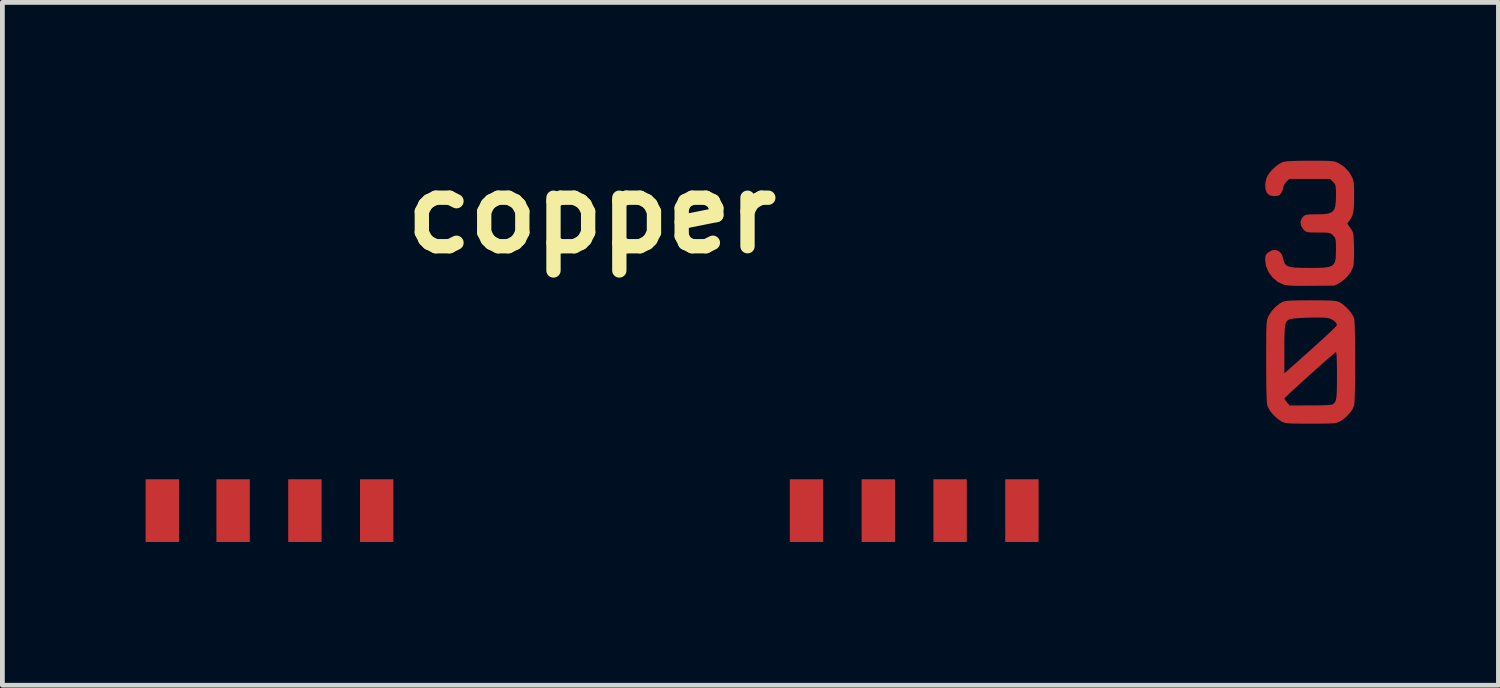
<source format=kicad_pcb>
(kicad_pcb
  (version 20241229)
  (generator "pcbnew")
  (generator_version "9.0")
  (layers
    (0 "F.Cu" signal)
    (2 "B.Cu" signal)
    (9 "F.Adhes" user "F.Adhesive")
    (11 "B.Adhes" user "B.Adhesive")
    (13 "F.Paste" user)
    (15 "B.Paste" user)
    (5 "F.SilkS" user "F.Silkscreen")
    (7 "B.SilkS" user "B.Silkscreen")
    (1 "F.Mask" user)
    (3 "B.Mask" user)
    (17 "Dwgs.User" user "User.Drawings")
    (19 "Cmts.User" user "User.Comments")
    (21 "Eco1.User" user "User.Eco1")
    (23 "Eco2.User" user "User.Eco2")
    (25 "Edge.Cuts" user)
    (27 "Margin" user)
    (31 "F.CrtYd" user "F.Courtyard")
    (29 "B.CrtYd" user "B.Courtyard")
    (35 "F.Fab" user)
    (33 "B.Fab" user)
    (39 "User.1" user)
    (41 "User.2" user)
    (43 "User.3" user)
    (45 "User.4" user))
  (footprint "copper"
    (layer "F.Cu")
    (at 9.342 1.418)
    (property "Reference" "copper" (at 0 0 0) (layer "F.SilkS") (effects (font (size 1.524 1.524) (thickness 0.3))))
    (attr board_only exclude_from_pos_files exclude_from_bom)
    (fp_poly (pts (xy -8.643 6.885) (xy -9.342 6.885) (xy -9.342 5.571) (xy -8.643 5.571)) (stroke (width 0) (type solid)) (fill yes) (layer "F.Cu"))
    (fp_poly (pts (xy -7.16 6.885) (xy -7.859 6.885) (xy -7.859 5.571) (xy -7.16 5.571)) (stroke (width 0) (type solid)) (fill yes) (layer "F.Cu"))
    (fp_poly (pts (xy -5.656 6.885) (xy -6.355 6.885) (xy -6.355 5.571) (xy -5.656 5.571)) (stroke (width 0) (type solid)) (fill yes) (layer "F.Cu"))
    (fp_poly (pts (xy -4.152 6.885) (xy -4.851 6.885) (xy -4.851 5.571) (xy -4.152 5.571)) (stroke (width 0) (type solid)) (fill yes) (layer "F.Cu"))
    (fp_poly (pts (xy 4.851 6.885) (xy 4.152 6.885) (xy 4.152 5.571) (xy 4.851 5.571)) (stroke (width 0) (type solid)) (fill yes) (layer "F.Cu"))
    (fp_poly (pts (xy 6.355 6.885) (xy 5.656 6.885) (xy 5.656 5.571) (xy 6.355 5.571)) (stroke (width 0) (type solid)) (fill yes) (layer "F.Cu"))
    (fp_poly (pts (xy 7.859 6.885) (xy 7.16 6.885) (xy 7.16 5.571) (xy 7.859 5.571)) (stroke (width 0) (type solid)) (fill yes) (layer "F.Cu"))
    (fp_poly (pts (xy 9.363 6.885) (xy 8.664 6.885) (xy 8.664 5.571) (xy 9.363 5.571)) (stroke (width 0) (type solid)) (fill yes) (layer "F.Cu"))
    (fp_poly (pts (xy 15.21 -1.101) (xy 15.331 -1.1) (xy 15.422 -1.098) (xy 15.489 -1.094) (xy 15.539 -1.088) (xy 15.579 -1.078) (xy 15.613 -1.066) (xy 15.645 -1.052) (xy 15.763 -0.975) (xy 15.865 -0.868) (xy 15.933 -0.753) (xy 15.949 -0.709) (xy 15.961 -0.657) (xy 15.968 -0.588) (xy 15.971 -0.493) (xy 15.972 -0.371) (xy 15.971 -0.223) (xy 15.965 -0.11) (xy 15.954 -0.023) (xy 15.935 0.045) (xy 15.909 0.102) (xy 15.88 0.146) (xy 15.828 0.215) (xy 15.895 0.311) (xy 15.921 0.349) (xy 15.94 0.382) (xy 15.952 0.419) (xy 15.96 0.469) (xy 15.964 0.538) (xy 15.968 0.637) (xy 15.97 0.718) (xy 15.971 0.849) (xy 15.968 0.965) (xy 15.963 1.056) (xy 15.954 1.114) (xy 15.954 1.116) (xy 15.905 1.226) (xy 15.825 1.332) (xy 15.723 1.421) (xy 15.674 1.452) (xy 15.56 1.515) (xy 15.073 1.519) (xy 14.9 1.52) (xy 14.764 1.519) (xy 14.66 1.516) (xy 14.582 1.51) (xy 14.524 1.502) (xy 14.489 1.493) (xy 14.368 1.434) (xy 14.262 1.344) (xy 14.179 1.231) (xy 14.126 1.105) (xy 14.109 0.983) (xy 14.112 0.913) (xy 14.126 0.868) (xy 14.158 0.831) (xy 14.174 0.817) (xy 14.253 0.774) (xy 14.332 0.768) (xy 14.403 0.798) (xy 14.457 0.858) (xy 14.481 0.928) (xy 14.496 0.995) (xy 14.517 1.047) (xy 14.548 1.085) (xy 14.596 1.112) (xy 14.665 1.129) (xy 14.762 1.139) (xy 14.89 1.143) (xy 15.041 1.144) (xy 15.208 1.143) (xy 15.337 1.138) (xy 15.433 1.125) (xy 15.502 1.101) (xy 15.547 1.062) (xy 15.574 1.005) (xy 15.587 0.927) (xy 15.591 0.824) (xy 15.592 0.749) (xy 15.591 0.65) (xy 15.588 0.582) (xy 15.581 0.538) (xy 15.567 0.507) (xy 15.544 0.479) (xy 15.53 0.464) (xy 15.502 0.438) (xy 15.475 0.42) (xy 15.441 0.41) (xy 15.39 0.405) (xy 15.313 0.403) (xy 15.221 0.403) (xy 15.115 0.402) (xy 15.043 0.4) (xy 14.995 0.394) (xy 14.962 0.382) (xy 14.936 0.364) (xy 14.912 0.341) (xy 14.862 0.266) (xy 14.849 0.185) (xy 14.874 0.108) (xy 14.902 0.073) (xy 14.928 0.05) (xy 14.955 0.035) (xy 14.995 0.027) (xy 15.055 0.023) (xy 15.144 0.021) (xy 15.19 0.021) (xy 15.33 0.018) (xy 15.433 0.005) (xy 15.505 -0.024) (xy 15.552 -0.073) (xy 15.578 -0.148) (xy 15.589 -0.255) (xy 15.592 -0.373) (xy 15.591 -0.473) (xy 15.588 -0.54) (xy 15.581 -0.585) (xy 15.567 -0.616) (xy 15.544 -0.643) (xy 15.53 -0.658) (xy 15.468 -0.72) (xy 14.614 -0.72) (xy 14.552 -0.658) (xy 14.512 -0.608) (xy 14.491 -0.561) (xy 14.49 -0.551) (xy 14.478 -0.492) (xy 14.449 -0.43) (xy 14.412 -0.384) (xy 14.394 -0.373) (xy 14.351 -0.365) (xy 14.289 -0.36) (xy 14.278 -0.36) (xy 14.199 -0.378) (xy 14.144 -0.428) (xy 14.114 -0.506) (xy 14.11 -0.61) (xy 14.132 -0.729) (xy 14.167 -0.802) (xy 14.229 -0.884) (xy 14.308 -0.963) (xy 14.391 -1.029) (xy 14.469 -1.071) (xy 14.482 -1.076) (xy 14.541 -1.086) (xy 14.642 -1.094) (xy 14.782 -1.099) (xy 14.961 -1.101) (xy 15.054 -1.101)) (stroke (width 0) (type solid)) (fill yes) (layer "F.Cu"))
    (fp_poly (pts (xy 15.067 1.822) (xy 15.231 1.823) (xy 15.36 1.824) (xy 15.457 1.827) (xy 15.53 1.831) (xy 15.583 1.837) (xy 15.623 1.846) (xy 15.656 1.857) (xy 15.666 1.861) (xy 15.739 1.908) (xy 15.817 1.977) (xy 15.89 2.059) (xy 15.946 2.14) (xy 15.972 2.2) (xy 15.978 2.242) (xy 15.983 2.321) (xy 15.987 2.43) (xy 15.99 2.565) (xy 15.992 2.719) (xy 15.994 2.886) (xy 15.994 3.061) (xy 15.994 3.238) (xy 15.993 3.41) (xy 15.991 3.573) (xy 15.988 3.721) (xy 15.984 3.847) (xy 15.98 3.945) (xy 15.975 4.011) (xy 15.971 4.033) (xy 15.935 4.109) (xy 15.873 4.193) (xy 15.794 4.274) (xy 15.71 4.339) (xy 15.668 4.363) (xy 15.637 4.377) (xy 15.604 4.387) (xy 15.562 4.395) (xy 15.507 4.4) (xy 15.431 4.403) (xy 15.33 4.405) (xy 15.197 4.406) (xy 15.061 4.406) (xy 14.898 4.406) (xy 14.771 4.405) (xy 14.676 4.403) (xy 14.605 4.399) (xy 14.553 4.394) (xy 14.513 4.386) (xy 14.481 4.375) (xy 14.453 4.362) (xy 14.369 4.306) (xy 14.285 4.228) (xy 14.213 4.14) (xy 14.164 4.054) (xy 14.155 4.03) (xy 14.148 3.988) (xy 14.142 3.915) (xy 14.14 3.878) (xy 14.511 3.878) (xy 14.524 3.903) (xy 14.555 3.946) (xy 14.566 3.96) (xy 14.621 4.025) (xy 15.059 4.024) (xy 15.226 4.023) (xy 15.353 4.02) (xy 15.445 4.015) (xy 15.503 4.007) (xy 15.53 3.998) (xy 15.555 3.975) (xy 15.575 3.948) (xy 15.59 3.91) (xy 15.6 3.856) (xy 15.607 3.781) (xy 15.611 3.679) (xy 15.612 3.546) (xy 15.613 3.389) (xy 15.612 3.212) (xy 15.609 3.074) (xy 15.605 2.977) (xy 15.598 2.921) (xy 15.591 2.906) (xy 15.569 2.922) (xy 15.521 2.962) (xy 15.451 3.022) (xy 15.364 3.099) (xy 15.264 3.188) (xy 15.155 3.285) (xy 15.042 3.386) (xy 14.929 3.488) (xy 14.821 3.585) (xy 14.723 3.675) (xy 14.638 3.754) (xy 14.572 3.816) (xy 14.528 3.859) (xy 14.511 3.877) (xy 14.511 3.878) (xy 14.14 3.878) (xy 14.137 3.809) (xy 14.134 3.667) (xy 14.132 3.488) (xy 14.131 3.352) (xy 14.511 3.352) (xy 14.591 3.282) (xy 14.627 3.25) (xy 14.689 3.194) (xy 14.774 3.118) (xy 14.876 3.027) (xy 14.991 2.925) (xy 15.113 2.816) (xy 15.141 2.79) (xy 15.26 2.682) (xy 15.368 2.583) (xy 15.461 2.497) (xy 15.535 2.425) (xy 15.586 2.374) (xy 15.611 2.345) (xy 15.613 2.341) (xy 15.594 2.294) (xy 15.545 2.247) (xy 15.478 2.21) (xy 15.417 2.192) (xy 15.347 2.186) (xy 15.251 2.183) (xy 15.137 2.183) (xy 15.017 2.185) (xy 14.897 2.19) (xy 14.787 2.197) (xy 14.697 2.206) (xy 14.634 2.216) (xy 14.614 2.222) (xy 14.584 2.24) (xy 14.56 2.264) (xy 14.542 2.297) (xy 14.529 2.346) (xy 14.52 2.416) (xy 14.515 2.511) (xy 14.512 2.637) (xy 14.511 2.799) (xy 14.511 2.852) (xy 14.511 3.352) (xy 14.131 3.352) (xy 14.13 3.27) (xy 14.13 3.101) (xy 14.13 2.89) (xy 14.131 2.716) (xy 14.131 2.577) (xy 14.133 2.466) (xy 14.135 2.381) (xy 14.139 2.316) (xy 14.144 2.267) (xy 14.15 2.23) (xy 14.158 2.201) (xy 14.169 2.174) (xy 14.18 2.15) (xy 14.241 2.052) (xy 14.326 1.959) (xy 14.421 1.884) (xy 14.481 1.852) (xy 14.516 1.842) (xy 14.569 1.834) (xy 14.645 1.828) (xy 14.748 1.825) (xy 14.885 1.823) (xy 15.059 1.822)) (stroke (width 0) (type solid)) (fill yes) (layer "F.Cu")))
  (gr_rect
    (start -3 -3)
    (end 28.337 11.303)
    (stroke (width 0.1) (type default))
    (fill no)
    (layer "Edge.Cuts")))
</source>
